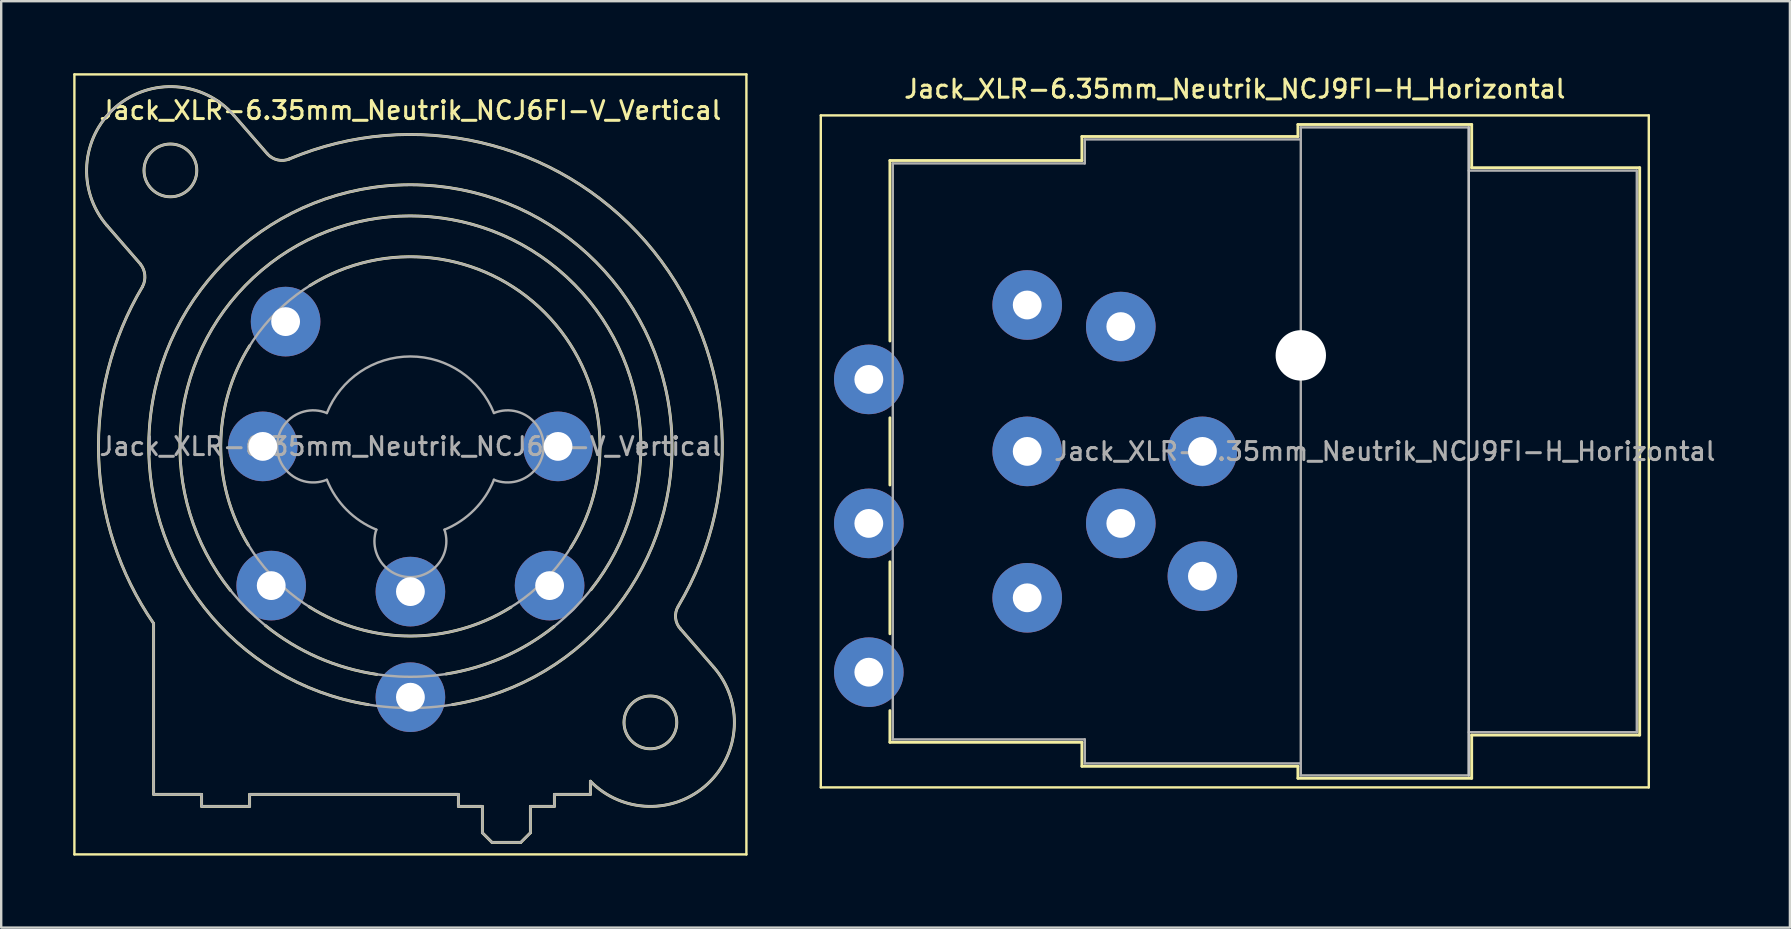
<source format=kicad_pcb>
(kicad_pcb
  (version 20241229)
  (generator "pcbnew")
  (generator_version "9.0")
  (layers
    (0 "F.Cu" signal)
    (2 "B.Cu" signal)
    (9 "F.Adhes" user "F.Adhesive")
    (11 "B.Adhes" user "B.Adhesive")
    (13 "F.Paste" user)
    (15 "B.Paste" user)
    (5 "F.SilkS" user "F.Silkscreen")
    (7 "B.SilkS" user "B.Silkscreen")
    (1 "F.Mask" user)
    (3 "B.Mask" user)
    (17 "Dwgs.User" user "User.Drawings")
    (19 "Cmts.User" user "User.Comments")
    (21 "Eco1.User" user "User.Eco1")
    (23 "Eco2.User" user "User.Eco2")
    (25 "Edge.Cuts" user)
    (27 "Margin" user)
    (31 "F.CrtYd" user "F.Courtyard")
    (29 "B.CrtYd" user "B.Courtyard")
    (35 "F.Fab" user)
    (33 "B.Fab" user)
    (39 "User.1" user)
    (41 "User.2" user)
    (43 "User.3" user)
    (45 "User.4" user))
  (footprint "Jack_XLR-6.35mm_Neutrik_NCJ6FI-V_Vertical"
    (layer "F.Cu")
    (at 20.2 15.55)
    (property "Reference" "Jack_XLR-6.35mm_Neutrik_NCJ6FI-V_Vertical" (at -6.15 -14 0) (layer "F.SilkS") (effects (font (size 0.75 0.75) (thickness 0.125))))
    (attr through_hole)
    (fp_line (start -20.15 -15.5) (end 7.85 -15.5) (stroke (width 0.1) (type solid)) (layer "F.SilkS"))
    (fp_line (start -20.15 17) (end -20.15 -15.5) (stroke (width 0.1) (type solid)) (layer "F.SilkS"))
    (fp_line (start -17.4 -7.6) (end -18.79 -9.2) (stroke (width 0.12) (type solid)) (layer "F.SilkS"))
    (fp_line (start -16.85 14.5) (end -16.85 7.38) (stroke (width 0.12) (type solid)) (layer "F.SilkS"))
    (fp_line (start -14.85 14.5) (end -16.85 14.5) (stroke (width 0.12) (type solid)) (layer "F.SilkS"))
    (fp_line (start -14.85 14.5) (end -14.85 15) (stroke (width 0.12) (type solid)) (layer "F.SilkS"))
    (fp_line (start -13.51 -13.8) (end -12.11 -12.19) (stroke (width 0.12) (type solid)) (layer "F.SilkS"))
    (fp_line (start -12.85 14.5) (end -12.85 15) (stroke (width 0.12) (type solid)) (layer "F.SilkS"))
    (fp_line (start -12.85 15) (end -14.85 15) (stroke (width 0.12) (type solid)) (layer "F.SilkS"))
    (fp_line (start -4.15 14.5) (end -12.85 14.5) (stroke (width 0.12) (type solid)) (layer "F.SilkS"))
    (fp_line (start -4.15 14.5) (end -4.15 15) (stroke (width 0.12) (type solid)) (layer "F.SilkS"))
    (fp_line (start -3.15 15) (end -4.15 15) (stroke (width 0.12) (type solid)) (layer "F.SilkS"))
    (fp_line (start -3.15 15) (end -3.15 16.1) (stroke (width 0.12) (type solid)) (layer "F.SilkS"))
    (fp_line (start -3.15 16.1) (end -2.75 16.5) (stroke (width 0.12) (type solid)) (layer "F.SilkS"))
    (fp_line (start -1.55 16.5) (end -2.75 16.5) (stroke (width 0.12) (type solid)) (layer "F.SilkS"))
    (fp_line (start -1.15 15) (end -1.15 16.1) (stroke (width 0.12) (type solid)) (layer "F.SilkS"))
    (fp_line (start -1.15 16.1) (end -1.55 16.5) (stroke (width 0.12) (type solid)) (layer "F.SilkS"))
    (fp_line (start -0.15 14.5) (end -0.15 15) (stroke (width 0.12) (type solid)) (layer "F.SilkS"))
    (fp_line (start -0.15 15) (end -1.15 15) (stroke (width 0.12) (type solid)) (layer "F.SilkS"))
    (fp_line (start 1.35 13.95) (end 1.35 14.5) (stroke (width 0.12) (type solid)) (layer "F.SilkS"))
    (fp_line (start 1.35 14.5) (end -0.15 14.5) (stroke (width 0.12) (type solid)) (layer "F.SilkS"))
    (fp_line (start 5.1 7.6) (end 6.49 9.2) (stroke (width 0.12) (type solid)) (layer "F.SilkS"))
    (fp_line (start 7.85 -15.5) (end 7.85 17) (stroke (width 0.1) (type solid)) (layer "F.SilkS"))
    (fp_line (start 7.85 17) (end -20.15 17) (stroke (width 0.1) (type solid)) (layer "F.SilkS"))
    (fp_arc (start -18.79 -9.2) (mid -18.45 -14.14) (end -13.51 -13.8) (stroke (width 0.12) (type solid)) (layer "F.SilkS"))
    (fp_arc (start -17.400452 -7.59955) (mid -17.216295 -7.14315) (end -17.31 -6.66) (stroke (width 0.12) (type solid)) (layer "F.SilkS"))
    (fp_arc (start -16.851206 7.374645) (mid -19.139261 0.42462) (end -17.31 -6.66) (stroke (width 0.12) (type solid)) (layer "F.SilkS"))
    (fp_arc (start -13.65 6) (mid -6.168408 -9.604669) (end 1.372943 5.971208) (stroke (width 0.12) (type solid)) (layer "F.SilkS"))
    (fp_arc (start -12.9 4.11) (mid -14.052663 -0.0501) (end -12.847348 -4.195251) (stroke (width 0.12) (type solid)) (layer "F.SilkS"))
    (fp_arc (start -11.201352 -11.974349) (mid 3.655031 -8.530097) (end 5.01 6.66) (stroke (width 0.12) (type solid)) (layer "F.SilkS"))
    (fp_arc (start -11.177539 -11.981856) (mid -11.677484 -11.93489) (end -12.11 -12.19) (stroke (width 0.12) (type solid)) (layer "F.SilkS"))
    (fp_arc (start -10.34 -6.7) (mid -0.544787 -5.570251) (end 0.523653 4.231839) (stroke (width 0.12) (type solid)) (layer "F.SilkS"))
    (fp_arc (start -7.9 10.76) (mid -6.152346 -10.90138) (end -4.395368 10.759246) (stroke (width 0.12) (type solid)) (layer "F.SilkS"))
    (fp_arc (start -7.55 9.5) (mid -10.007174 8.793873) (end -12.190932 7.464391) (stroke (width 0.12) (type solid)) (layer "F.SilkS"))
    (fp_arc (start -1.96 6.7) (mid -6.167825 7.902264) (end -10.370184 6.681029) (stroke (width 0.12) (type solid)) (layer "F.SilkS"))
    (fp_arc (start -0.16 7.5) (mid -2.282236 8.784674) (end -4.662837 9.482534) (stroke (width 0.12) (type solid)) (layer "F.SilkS"))
    (fp_arc (start 5.109394 7.611661) (mid 4.900255 7.152483) (end 5.01 6.66) (stroke (width 0.12) (type solid)) (layer "F.SilkS"))
    (fp_arc (start 6.49 9.2) (mid 6.227307 14.070606) (end 1.351052 13.95252) (stroke (width 0.12) (type solid)) (layer "F.SilkS"))
    (fp_circle (center -16.15 -11.5) (end -15.05 -11.5) (stroke (width 0.12) (type solid)) (fill no) (layer "F.SilkS"))
    (fp_circle (center 3.85 11.5) (end 4.95 11.5) (stroke (width 0.12) (type solid)) (fill no) (layer "F.SilkS"))
    (fp_line (start -17.4 -7.6) (end -18.79 -9.2) (stroke (width 0.1) (type solid)) (layer "F.Fab"))
    (fp_line (start -16.85 14.5) (end -16.85 7.38) (stroke (width 0.1) (type solid)) (layer "F.Fab"))
    (fp_line (start -14.85 14.5) (end -16.85 14.5) (stroke (width 0.1) (type solid)) (layer "F.Fab"))
    (fp_line (start -14.85 14.5) (end -14.85 15) (stroke (width 0.1) (type solid)) (layer "F.Fab"))
    (fp_line (start -13.51 -13.8) (end -12.11 -12.19) (stroke (width 0.1) (type solid)) (layer "F.Fab"))
    (fp_line (start -12.85 14.5) (end -12.85 15) (stroke (width 0.1) (type solid)) (layer "F.Fab"))
    (fp_line (start -12.85 15) (end -14.85 15) (stroke (width 0.1) (type solid)) (layer "F.Fab"))
    (fp_line (start -4.15 14.5) (end -12.85 14.5) (stroke (width 0.1) (type solid)) (layer "F.Fab"))
    (fp_line (start -4.15 14.5) (end -4.15 15) (stroke (width 0.1) (type solid)) (layer "F.Fab"))
    (fp_line (start -3.15 15) (end -4.15 15) (stroke (width 0.1) (type solid)) (layer "F.Fab"))
    (fp_line (start -3.15 15) (end -3.15 16.1) (stroke (width 0.1) (type solid)) (layer "F.Fab"))
    (fp_line (start -3.15 16.1) (end -2.75 16.5) (stroke (width 0.1) (type solid)) (layer "F.Fab"))
    (fp_line (start -1.55 16.5) (end -2.75 16.5) (stroke (width 0.1) (type solid)) (layer "F.Fab"))
    (fp_line (start -1.15 15) (end -1.15 16.1) (stroke (width 0.1) (type solid)) (layer "F.Fab"))
    (fp_line (start -1.15 16.1) (end -1.55 16.5) (stroke (width 0.1) (type solid)) (layer "F.Fab"))
    (fp_line (start -0.15 14.5) (end -0.15 15) (stroke (width 0.1) (type solid)) (layer "F.Fab"))
    (fp_line (start -0.15 15) (end -1.15 15) (stroke (width 0.1) (type solid)) (layer "F.Fab"))
    (fp_line (start 1.35 13.95) (end 1.35 14.5) (stroke (width 0.1) (type solid)) (layer "F.Fab"))
    (fp_line (start 1.35 14.5) (end -0.15 14.5) (stroke (width 0.1) (type solid)) (layer "F.Fab"))
    (fp_line (start 5.1 7.6) (end 6.49 9.2) (stroke (width 0.1) (type solid)) (layer "F.Fab"))
    (fp_arc (start -18.79 -9.2) (mid -18.45 -14.14) (end -13.51 -13.8) (stroke (width 0.1) (type solid)) (layer "F.Fab"))
    (fp_arc (start -17.400452 -7.59955) (mid -17.216295 -7.14315) (end -17.31 -6.66) (stroke (width 0.1) (type solid)) (layer "F.Fab"))
    (fp_arc (start -16.851206 7.374645) (mid -19.139261 0.42462) (end -17.31 -6.66) (stroke (width 0.1) (type solid)) (layer "F.Fab"))
    (fp_arc (start -11.201352 -11.974349) (mid 3.655031 -8.530097) (end 5.01 6.66) (stroke (width 0.1) (type solid)) (layer "F.Fab"))
    (fp_arc (start -11.177539 -11.981856) (mid -11.677484 -11.93489) (end -12.11 -12.19) (stroke (width 0.1) (type solid)) (layer "F.Fab"))
    (fp_arc (start -9.634717 1.391925) (mid -11.702329 -0.002547) (end -9.63 -1.39) (stroke (width 0.1) (type solid)) (layer "F.Fab"))
    (fp_arc (start -9.631116 -1.387204) (mid -6.151505 -3.747333) (end -2.67 -1.39) (stroke (width 0.1) (type solid)) (layer "F.Fab"))
    (fp_arc (start -7.567529 3.468878) (mid -8.810241 2.639246) (end -9.63 1.39) (stroke (width 0.1) (type solid)) (layer "F.Fab"))
    (fp_arc (start -4.729599 3.471189) (mid -6.150627 5.448932) (end -7.57 3.47) (stroke (width 0.1) (type solid)) (layer "F.Fab"))
    (fp_arc (start -2.667476 1.389002) (mid -3.487046 2.639314) (end -4.73 3.47) (stroke (width 0.1) (type solid)) (layer "F.Fab"))
    (fp_arc (start -2.665283 -1.391925) (mid -0.597671 0.002547) (end -2.67 1.39) (stroke (width 0.1) (type solid)) (layer "F.Fab"))
    (fp_arc (start 5.109394 7.611661) (mid 4.900255 7.152483) (end 5.01 6.66) (stroke (width 0.1) (type solid)) (layer "F.Fab"))
    (fp_arc (start 6.49 9.2) (mid 6.227307 14.070606) (end 1.351052 13.95252) (stroke (width 0.1) (type solid)) (layer "F.Fab"))
    (fp_circle (center -16.15 -11.5) (end -15.05 -11.5) (stroke (width 0.1) (type solid)) (fill no) (layer "F.Fab"))
    (fp_circle (center -6.15 0) (end 1.75 0) (stroke (width 0.1) (type solid)) (fill no) (layer "F.Fab"))
    (fp_circle (center -6.15 0) (end 3.45 0) (stroke (width 0.1) (type solid)) (fill no) (layer "F.Fab"))
    (fp_circle (center -6.15 0) (end 4.75 0) (stroke (width 0.1) (type solid)) (fill no) (layer "F.Fab"))
    (fp_circle (center 3.85 11.5) (end 4.95 11.5) (stroke (width 0.1) (type solid)) (fill no) (layer "F.Fab"))
    (fp_text user "${REFERENCE}" (at -6.15 0 0) (layer "F.Fab") (effects (font (size 0.75 0.75) (thickness 0.125))))
    (pad "1" thru_hole circle (at 0 0) (size 2.9 2.9) (drill 1.2) (layers "*.Cu" "*.Mask"))
    (pad "2" thru_hole circle (at -12.3 0) (size 2.9 2.9) (drill 1.2) (layers "*.Cu" "*.Mask"))
    (pad "3" thru_hole circle (at -6.15 6.05) (size 2.9 2.9) (drill 1.2) (layers "*.Cu" "*.Mask"))
    (pad "G" thru_hole circle (at -6.15 10.45) (size 2.9 2.9) (drill 1.2) (layers "*.Cu" "*.Mask"))
    (pad "R" thru_hole circle (at -0.35 5.8) (size 2.9 2.9) (drill 1.2) (layers "*.Cu" "*.Mask"))
    (pad "S" thru_hole circle (at -11.95 5.8) (size 2.9 2.9) (drill 1.2) (layers "*.Cu" "*.Mask"))
    (pad "T" thru_hole circle (at -11.35 -5.2) (size 2.9 2.9) (drill 1.2) (layers "*.Cu" "*.Mask")))
  (footprint "Jack_XLR-6.35mm_Neutrik_NCJ9FI-H_Horizontal"
    (layer "F.Cu")
    (at 39.75 9.658)
    (property "Reference" "Jack_XLR-6.35mm_Neutrik_NCJ9FI-H_Horizontal" (at 8.65 -9 0) (layer "F.SilkS") (effects (font (size 0.75 0.75) (thickness 0.125))))
    (attr through_hole)
    (fp_line (start -8.6 -7.9) (end -8.6 20.1) (stroke (width 0.1) (type solid)) (layer "F.SilkS"))
    (fp_line (start -5.72 -6.02) (end -5.72 1.5) (stroke (width 0.12) (type solid)) (layer "F.SilkS"))
    (fp_line (start -5.72 4.7) (end -5.72 7.5) (stroke (width 0.12) (type solid)) (layer "F.SilkS"))
    (fp_line (start -5.72 10.7) (end -5.72 13.7) (stroke (width 0.12) (type solid)) (layer "F.SilkS"))
    (fp_line (start -5.72 16.9) (end -5.72 18.22) (stroke (width 0.12) (type solid)) (layer "F.SilkS"))
    (fp_line (start 2.28 -7.02) (end 2.28 -6.02) (stroke (width 0.12) (type solid)) (layer "F.SilkS"))
    (fp_line (start 2.28 -6.02) (end -5.72 -6.02) (stroke (width 0.12) (type solid)) (layer "F.SilkS"))
    (fp_line (start 2.28 18.22) (end -5.72 18.22) (stroke (width 0.12) (type solid)) (layer "F.SilkS"))
    (fp_line (start 2.28 19.22) (end 2.28 18.22) (stroke (width 0.12) (type solid)) (layer "F.SilkS"))
    (fp_line (start 11.28 -7.02) (end 2.28 -7.02) (stroke (width 0.12) (type solid)) (layer "F.SilkS"))
    (fp_line (start 11.28 -7.02) (end 11.28 -7.52) (stroke (width 0.12) (type solid)) (layer "F.SilkS"))
    (fp_line (start 11.28 19.22) (end 2.28 19.22) (stroke (width 0.12) (type solid)) (layer "F.SilkS"))
    (fp_line (start 11.28 19.72) (end 11.28 19.22) (stroke (width 0.12) (type solid)) (layer "F.SilkS"))
    (fp_line (start 18.52 -7.52) (end 11.28 -7.52) (stroke (width 0.12) (type solid)) (layer "F.SilkS"))
    (fp_line (start 18.52 -7.52) (end 18.52 -5.72) (stroke (width 0.12) (type solid)) (layer "F.SilkS"))
    (fp_line (start 18.52 -5.72) (end 25.52 -5.72) (stroke (width 0.12) (type solid)) (layer "F.SilkS"))
    (fp_line (start 18.52 17.92) (end 18.52 19.72) (stroke (width 0.12) (type solid)) (layer "F.SilkS"))
    (fp_line (start 18.52 17.92) (end 25.52 17.92) (stroke (width 0.12) (type solid)) (layer "F.SilkS"))
    (fp_line (start 18.52 19.72) (end 11.28 19.72) (stroke (width 0.12) (type solid)) (layer "F.SilkS"))
    (fp_line (start 25.52 -5.72) (end 25.52 17.92) (stroke (width 0.12) (type solid)) (layer "F.SilkS"))
    (fp_line (start 25.9 -7.9) (end -8.6 -7.9) (stroke (width 0.1) (type solid)) (layer "F.SilkS"))
    (fp_line (start 25.9 -7.9) (end 25.9 20.1) (stroke (width 0.1) (type solid)) (layer "F.SilkS"))
    (fp_line (start 25.9 20.1) (end -8.6 20.1) (stroke (width 0.1) (type solid)) (layer "F.SilkS"))
    (fp_line (start 18.4 -7.4) (end 18.4 19.6) (stroke (width 0.1) (type solid)) (layer "Dwgs.User"))
    (fp_line (start -5.6 -5.9) (end -5.6 18.1) (stroke (width 0.1) (type solid)) (layer "F.Fab"))
    (fp_line (start -5.6 18.1) (end 2.4 18.1) (stroke (width 0.1) (type solid)) (layer "F.Fab"))
    (fp_line (start 2.4 -6.9) (end 2.4 -5.9) (stroke (width 0.1) (type solid)) (layer "F.Fab"))
    (fp_line (start 2.4 -5.9) (end -5.6 -5.9) (stroke (width 0.1) (type solid)) (layer "F.Fab"))
    (fp_line (start 2.4 18.1) (end 2.4 19.1) (stroke (width 0.1) (type solid)) (layer "F.Fab"))
    (fp_line (start 2.4 19.1) (end 11.4 19.1) (stroke (width 0.1) (type solid)) (layer "F.Fab"))
    (fp_line (start 11.4 -7.4) (end 18.4 -7.4) (stroke (width 0.1) (type solid)) (layer "F.Fab"))
    (fp_line (start 11.4 -6.9) (end 2.4 -6.9) (stroke (width 0.1) (type solid)) (layer "F.Fab"))
    (fp_line (start 11.4 19.6) (end 11.4 -7.4) (stroke (width 0.1) (type solid)) (layer "F.Fab"))
    (fp_line (start 18.4 -7.4) (end 18.4 19.6) (stroke (width 0.1) (type solid)) (layer "F.Fab"))
    (fp_line (start 18.4 -5.6) (end 25.4 -5.6) (stroke (width 0.1) (type solid)) (layer "F.Fab"))
    (fp_line (start 18.4 19.6) (end 11.4 19.6) (stroke (width 0.1) (type solid)) (layer "F.Fab"))
    (fp_line (start 25.4 -5.6) (end 25.4 17.8) (stroke (width 0.1) (type solid)) (layer "F.Fab"))
    (fp_line (start 25.4 17.8) (end 18.4 17.8) (stroke (width 0.1) (type solid)) (layer "F.Fab"))
    (fp_text user "${REFERENCE}" (at 14.9 6.1 0) (layer "F.Fab") (effects (font (size 0.75 0.75) (thickness 0.125))))
    (pad "" np_thru_hole circle (at 11.4 2.1) (size 2.1 2.1) (drill 2.1) (layers "*.Cu" "*.Mask"))
    (pad "1" thru_hole circle (at 0 0) (size 2.9 2.9) (drill 1.2) (layers "*.Cu" "*.Mask"))
    (pad "2" thru_hole circle (at 0 12.2) (size 2.9 2.9) (drill 1.2) (layers "*.Cu" "*.Mask"))
    (pad "3" thru_hole circle (at 0 6.1) (size 2.9 2.9) (drill 1.2) (layers "*.Cu" "*.Mask"))
    (pad "G" thru_hole circle (at 7.3 6.1) (size 2.9 2.9) (drill 1.2) (layers "*.Cu" "*.Mask"))
    (pad "R" thru_hole circle (at 3.9 0.9) (size 2.9 2.9) (drill 1.2) (layers "*.Cu" "*.Mask"))
    (pad "RN" thru_hole circle (at -6.6 3.1) (size 2.9 2.9) (drill 1.2) (layers "*.Cu" "*.Mask"))
    (pad "S" thru_hole circle (at 7.3 11.3) (size 2.9 2.9) (drill 1.2) (layers "*.Cu" "*.Mask"))
    (pad "SN" thru_hole circle (at 3.9 9.1) (size 2.9 2.9) (drill 1.2) (layers "*.Cu" "*.Mask"))
    (pad "T" thru_hole circle (at -6.6 15.3) (size 2.9 2.9) (drill 1.2) (layers "*.Cu" "*.Mask"))
    (pad "TN" thru_hole circle (at -6.6 9.1) (size 2.9 2.9) (drill 1.2) (layers "*.Cu" "*.Mask")))
  (gr_rect
    (start -3 -3)
    (end 71.53 35.6)
    (stroke (width 0.1) (type default))
    (fill no)
    (layer "Edge.Cuts")))
</source>
